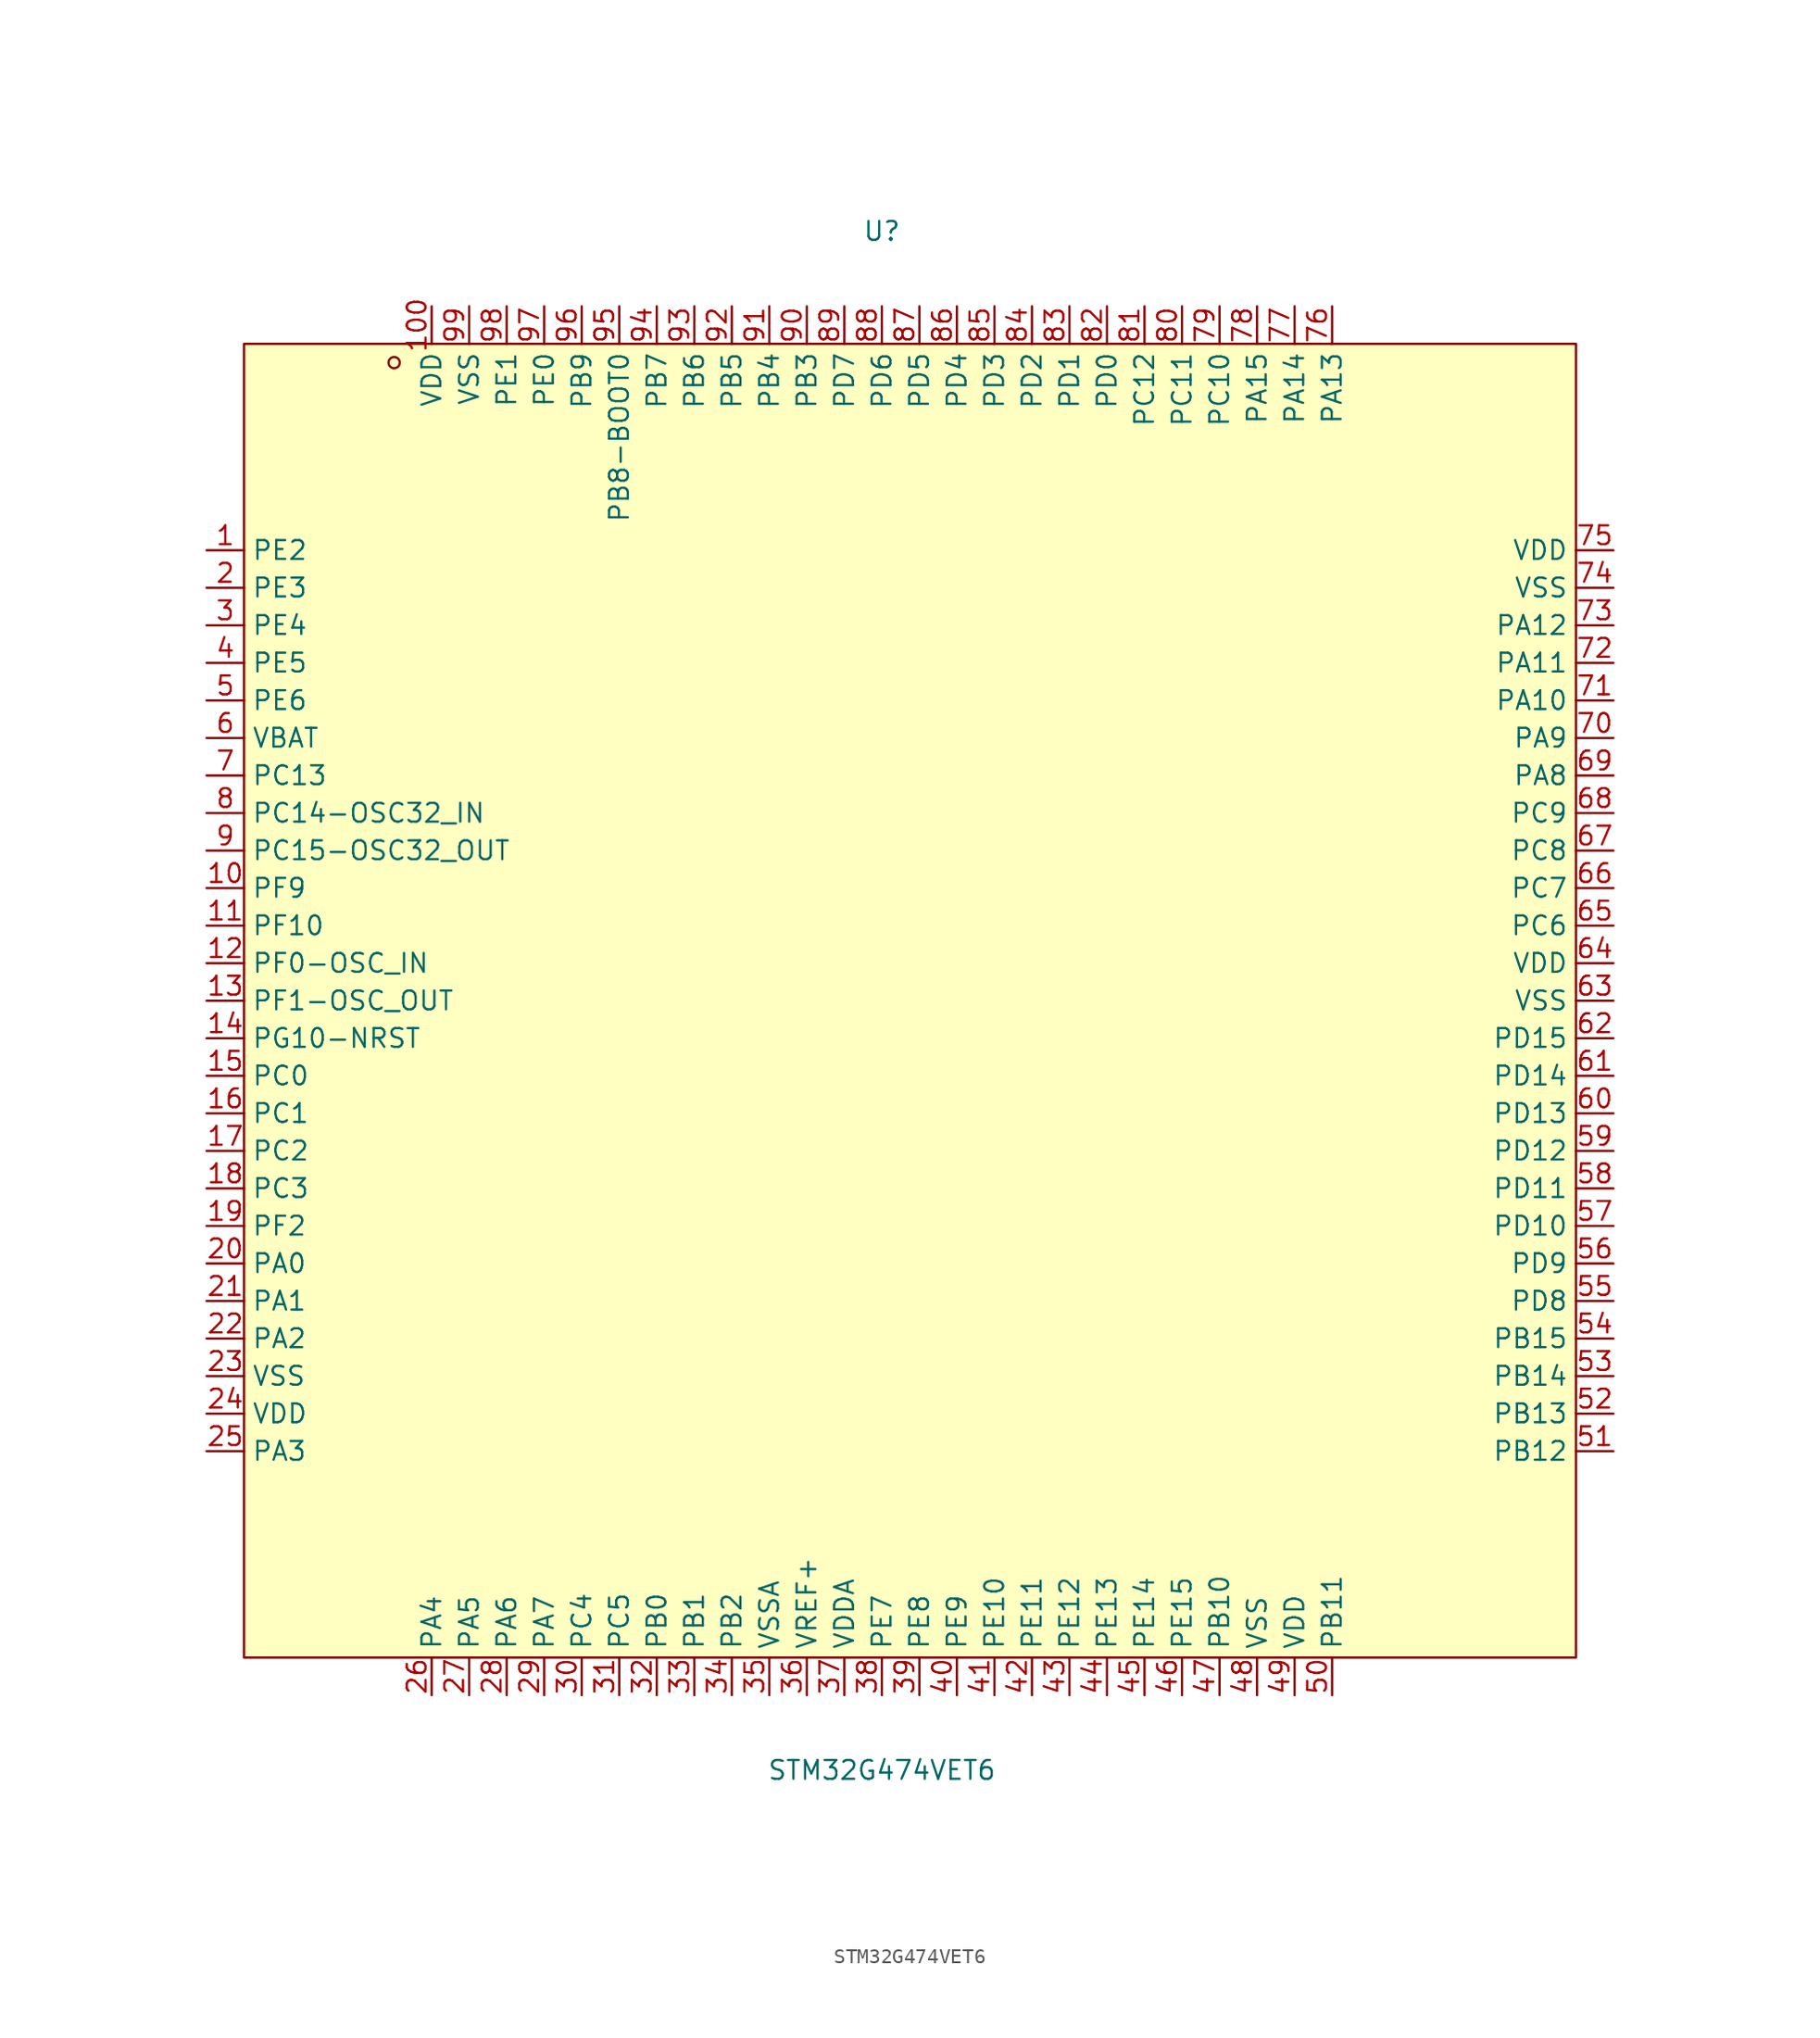
<source format=kicad_sym>
(kicad_symbol_lib
  (version 20231120)
  (generator "kicad_symbol_editor")
  (generator_version "8.0")
  (symbol "STM32G474VET6"
    (property "Reference" "U"
      (at 0 52.07 0)
      (effects (font (size 1.27 1.27))))
    (property "Value" "STM32G474VET6"
      (at 0 -52.07 0)
      (effects (font (size 1.27 1.27))))
    (symbol "STM32G474VET6_0_1"
      (rectangle (start -43.18 44.45) (end 46.99 -44.45) (stroke (width 0) (type default)) (fill (type background)))
      (circle (center -33.02 43.18) (radius 0.38) (stroke (width 0) (type default)) (fill (type none)))
      (pin unspecified line (at -45.72 30.48 0) (length 2.54) (name "PE2" (effects (font (size 1.27 1.27)))) (number "1" (effects (font (size 1.27 1.27)))))
      (pin unspecified line (at -45.72 7.62 0) (length 2.54) (name "PF9" (effects (font (size 1.27 1.27)))) (number "10" (effects (font (size 1.27 1.27)))))
      (pin unspecified line (at -30.48 46.99 270) (length 2.54) (name "VDD" (effects (font (size 1.27 1.27)))) (number "100" (effects (font (size 1.27 1.27)))))
      (pin unspecified line (at -45.72 5.08 0) (length 2.54) (name "PF10" (effects (font (size 1.27 1.27)))) (number "11" (effects (font (size 1.27 1.27)))))
      (pin unspecified line (at -45.72 2.54 0) (length 2.54) (name "PF0-OSC_IN" (effects (font (size 1.27 1.27)))) (number "12" (effects (font (size 1.27 1.27)))))
      (pin unspecified line (at -45.72 0 0) (length 2.54) (name "PF1-OSC_OUT" (effects (font (size 1.27 1.27)))) (number "13" (effects (font (size 1.27 1.27)))))
      (pin unspecified line (at -45.72 -2.54 0) (length 2.54) (name "PG10-NRST" (effects (font (size 1.27 1.27)))) (number "14" (effects (font (size 1.27 1.27)))))
      (pin unspecified line (at -45.72 -5.08 0) (length 2.54) (name "PC0" (effects (font (size 1.27 1.27)))) (number "15" (effects (font (size 1.27 1.27)))))
      (pin unspecified line (at -45.72 -7.62 0) (length 2.54) (name "PC1" (effects (font (size 1.27 1.27)))) (number "16" (effects (font (size 1.27 1.27)))))
      (pin unspecified line (at -45.72 -10.16 0) (length 2.54) (name "PC2" (effects (font (size 1.27 1.27)))) (number "17" (effects (font (size 1.27 1.27)))))
      (pin unspecified line (at -45.72 -12.7 0) (length 2.54) (name "PC3" (effects (font (size 1.27 1.27)))) (number "18" (effects (font (size 1.27 1.27)))))
      (pin unspecified line (at -45.72 -15.24 0) (length 2.54) (name "PF2" (effects (font (size 1.27 1.27)))) (number "19" (effects (font (size 1.27 1.27)))))
      (pin unspecified line (at -45.72 27.94 0) (length 2.54) (name "PE3" (effects (font (size 1.27 1.27)))) (number "2" (effects (font (size 1.27 1.27)))))
      (pin unspecified line (at -45.72 -17.78 0) (length 2.54) (name "PA0" (effects (font (size 1.27 1.27)))) (number "20" (effects (font (size 1.27 1.27)))))
      (pin unspecified line (at -45.72 -20.32 0) (length 2.54) (name "PA1" (effects (font (size 1.27 1.27)))) (number "21" (effects (font (size 1.27 1.27)))))
      (pin unspecified line (at -45.72 -22.86 0) (length 2.54) (name "PA2" (effects (font (size 1.27 1.27)))) (number "22" (effects (font (size 1.27 1.27)))))
      (pin unspecified line (at -45.72 -25.4 0) (length 2.54) (name "VSS" (effects (font (size 1.27 1.27)))) (number "23" (effects (font (size 1.27 1.27)))))
      (pin unspecified line (at -45.72 -27.94 0) (length 2.54) (name "VDD" (effects (font (size 1.27 1.27)))) (number "24" (effects (font (size 1.27 1.27)))))
      (pin unspecified line (at -45.72 -30.48 0) (length 2.54) (name "PA3" (effects (font (size 1.27 1.27)))) (number "25" (effects (font (size 1.27 1.27)))))
      (pin unspecified line (at -30.48 -46.99 90) (length 2.54) (name "PA4" (effects (font (size 1.27 1.27)))) (number "26" (effects (font (size 1.27 1.27)))))
      (pin unspecified line (at -27.94 -46.99 90) (length 2.54) (name "PA5" (effects (font (size 1.27 1.27)))) (number "27" (effects (font (size 1.27 1.27)))))
      (pin unspecified line (at -25.4 -46.99 90) (length 2.54) (name "PA6" (effects (font (size 1.27 1.27)))) (number "28" (effects (font (size 1.27 1.27)))))
      (pin unspecified line (at -22.86 -46.99 90) (length 2.54) (name "PA7" (effects (font (size 1.27 1.27)))) (number "29" (effects (font (size 1.27 1.27)))))
      (pin unspecified line (at -45.72 25.4 0) (length 2.54) (name "PE4" (effects (font (size 1.27 1.27)))) (number "3" (effects (font (size 1.27 1.27)))))
      (pin unspecified line (at -20.32 -46.99 90) (length 2.54) (name "PC4" (effects (font (size 1.27 1.27)))) (number "30" (effects (font (size 1.27 1.27)))))
      (pin unspecified line (at -17.78 -46.99 90) (length 2.54) (name "PC5" (effects (font (size 1.27 1.27)))) (number "31" (effects (font (size 1.27 1.27)))))
      (pin unspecified line (at -15.24 -46.99 90) (length 2.54) (name "PB0" (effects (font (size 1.27 1.27)))) (number "32" (effects (font (size 1.27 1.27)))))
      (pin unspecified line (at -12.7 -46.99 90) (length 2.54) (name "PB1" (effects (font (size 1.27 1.27)))) (number "33" (effects (font (size 1.27 1.27)))))
      (pin unspecified line (at -10.16 -46.99 90) (length 2.54) (name "PB2" (effects (font (size 1.27 1.27)))) (number "34" (effects (font (size 1.27 1.27)))))
      (pin unspecified line (at -7.62 -46.99 90) (length 2.54) (name "VSSA" (effects (font (size 1.27 1.27)))) (number "35" (effects (font (size 1.27 1.27)))))
      (pin unspecified line (at -5.08 -46.99 90) (length 2.54) (name "VREF+" (effects (font (size 1.27 1.27)))) (number "36" (effects (font (size 1.27 1.27)))))
      (pin unspecified line (at -2.54 -46.99 90) (length 2.54) (name "VDDA" (effects (font (size 1.27 1.27)))) (number "37" (effects (font (size 1.27 1.27)))))
      (pin unspecified line (at 0 -46.99 90) (length 2.54) (name "PE7" (effects (font (size 1.27 1.27)))) (number "38" (effects (font (size 1.27 1.27)))))
      (pin unspecified line (at 2.54 -46.99 90) (length 2.54) (name "PE8" (effects (font (size 1.27 1.27)))) (number "39" (effects (font (size 1.27 1.27)))))
      (pin unspecified line (at -45.72 22.86 0) (length 2.54) (name "PE5" (effects (font (size 1.27 1.27)))) (number "4" (effects (font (size 1.27 1.27)))))
      (pin unspecified line (at 5.08 -46.99 90) (length 2.54) (name "PE9" (effects (font (size 1.27 1.27)))) (number "40" (effects (font (size 1.27 1.27)))))
      (pin unspecified line (at 7.62 -46.99 90) (length 2.54) (name "PE10" (effects (font (size 1.27 1.27)))) (number "41" (effects (font (size 1.27 1.27)))))
      (pin unspecified line (at 10.16 -46.99 90) (length 2.54) (name "PE11" (effects (font (size 1.27 1.27)))) (number "42" (effects (font (size 1.27 1.27)))))
      (pin unspecified line (at 12.7 -46.99 90) (length 2.54) (name "PE12" (effects (font (size 1.27 1.27)))) (number "43" (effects (font (size 1.27 1.27)))))
      (pin unspecified line (at 15.24 -46.99 90) (length 2.54) (name "PE13" (effects (font (size 1.27 1.27)))) (number "44" (effects (font (size 1.27 1.27)))))
      (pin unspecified line (at 17.78 -46.99 90) (length 2.54) (name "PE14" (effects (font (size 1.27 1.27)))) (number "45" (effects (font (size 1.27 1.27)))))
      (pin unspecified line (at 20.32 -46.99 90) (length 2.54) (name "PE15" (effects (font (size 1.27 1.27)))) (number "46" (effects (font (size 1.27 1.27)))))
      (pin unspecified line (at 22.86 -46.99 90) (length 2.54) (name "PB10" (effects (font (size 1.27 1.27)))) (number "47" (effects (font (size 1.27 1.27)))))
      (pin unspecified line (at 25.4 -46.99 90) (length 2.54) (name "VSS" (effects (font (size 1.27 1.27)))) (number "48" (effects (font (size 1.27 1.27)))))
      (pin unspecified line (at 27.94 -46.99 90) (length 2.54) (name "VDD" (effects (font (size 1.27 1.27)))) (number "49" (effects (font (size 1.27 1.27)))))
      (pin unspecified line (at -45.72 20.32 0) (length 2.54) (name "PE6" (effects (font (size 1.27 1.27)))) (number "5" (effects (font (size 1.27 1.27)))))
      (pin unspecified line (at 30.48 -46.99 90) (length 2.54) (name "PB11" (effects (font (size 1.27 1.27)))) (number "50" (effects (font (size 1.27 1.27)))))
      (pin unspecified line (at 49.53 -30.48 180) (length 2.54) (name "PB12" (effects (font (size 1.27 1.27)))) (number "51" (effects (font (size 1.27 1.27)))))
      (pin unspecified line (at 49.53 -27.94 180) (length 2.54) (name "PB13" (effects (font (size 1.27 1.27)))) (number "52" (effects (font (size 1.27 1.27)))))
      (pin unspecified line (at 49.53 -25.4 180) (length 2.54) (name "PB14" (effects (font (size 1.27 1.27)))) (number "53" (effects (font (size 1.27 1.27)))))
      (pin unspecified line (at 49.53 -22.86 180) (length 2.54) (name "PB15" (effects (font (size 1.27 1.27)))) (number "54" (effects (font (size 1.27 1.27)))))
      (pin unspecified line (at 49.53 -20.32 180) (length 2.54) (name "PD8" (effects (font (size 1.27 1.27)))) (number "55" (effects (font (size 1.27 1.27)))))
      (pin unspecified line (at 49.53 -17.78 180) (length 2.54) (name "PD9" (effects (font (size 1.27 1.27)))) (number "56" (effects (font (size 1.27 1.27)))))
      (pin unspecified line (at 49.53 -15.24 180) (length 2.54) (name "PD10" (effects (font (size 1.27 1.27)))) (number "57" (effects (font (size 1.27 1.27)))))
      (pin unspecified line (at 49.53 -12.7 180) (length 2.54) (name "PD11" (effects (font (size 1.27 1.27)))) (number "58" (effects (font (size 1.27 1.27)))))
      (pin unspecified line (at 49.53 -10.16 180) (length 2.54) (name "PD12" (effects (font (size 1.27 1.27)))) (number "59" (effects (font (size 1.27 1.27)))))
      (pin unspecified line (at -45.72 17.78 0) (length 2.54) (name "VBAT" (effects (font (size 1.27 1.27)))) (number "6" (effects (font (size 1.27 1.27)))))
      (pin unspecified line (at 49.53 -7.62 180) (length 2.54) (name "PD13" (effects (font (size 1.27 1.27)))) (number "60" (effects (font (size 1.27 1.27)))))
      (pin unspecified line (at 49.53 -5.08 180) (length 2.54) (name "PD14" (effects (font (size 1.27 1.27)))) (number "61" (effects (font (size 1.27 1.27)))))
      (pin unspecified line (at 49.53 -2.54 180) (length 2.54) (name "PD15" (effects (font (size 1.27 1.27)))) (number "62" (effects (font (size 1.27 1.27)))))
      (pin unspecified line (at 49.53 0 180) (length 2.54) (name "VSS" (effects (font (size 1.27 1.27)))) (number "63" (effects (font (size 1.27 1.27)))))
      (pin unspecified line (at 49.53 2.54 180) (length 2.54) (name "VDD" (effects (font (size 1.27 1.27)))) (number "64" (effects (font (size 1.27 1.27)))))
      (pin unspecified line (at 49.53 5.08 180) (length 2.54) (name "PC6" (effects (font (size 1.27 1.27)))) (number "65" (effects (font (size 1.27 1.27)))))
      (pin unspecified line (at 49.53 7.62 180) (length 2.54) (name "PC7" (effects (font (size 1.27 1.27)))) (number "66" (effects (font (size 1.27 1.27)))))
      (pin unspecified line (at 49.53 10.16 180) (length 2.54) (name "PC8" (effects (font (size 1.27 1.27)))) (number "67" (effects (font (size 1.27 1.27)))))
      (pin unspecified line (at 49.53 12.7 180) (length 2.54) (name "PC9" (effects (font (size 1.27 1.27)))) (number "68" (effects (font (size 1.27 1.27)))))
      (pin unspecified line (at 49.53 15.24 180) (length 2.54) (name "PA8" (effects (font (size 1.27 1.27)))) (number "69" (effects (font (size 1.27 1.27)))))
      (pin unspecified line (at -45.72 15.24 0) (length 2.54) (name "PC13" (effects (font (size 1.27 1.27)))) (number "7" (effects (font (size 1.27 1.27)))))
      (pin unspecified line (at 49.53 17.78 180) (length 2.54) (name "PA9" (effects (font (size 1.27 1.27)))) (number "70" (effects (font (size 1.27 1.27)))))
      (pin unspecified line (at 49.53 20.32 180) (length 2.54) (name "PA10" (effects (font (size 1.27 1.27)))) (number "71" (effects (font (size 1.27 1.27)))))
      (pin unspecified line (at 49.53 22.86 180) (length 2.54) (name "PA11" (effects (font (size 1.27 1.27)))) (number "72" (effects (font (size 1.27 1.27)))))
      (pin unspecified line (at 49.53 25.4 180) (length 2.54) (name "PA12" (effects (font (size 1.27 1.27)))) (number "73" (effects (font (size 1.27 1.27)))))
      (pin unspecified line (at 49.53 27.94 180) (length 2.54) (name "VSS" (effects (font (size 1.27 1.27)))) (number "74" (effects (font (size 1.27 1.27)))))
      (pin unspecified line (at 49.53 30.48 180) (length 2.54) (name "VDD" (effects (font (size 1.27 1.27)))) (number "75" (effects (font (size 1.27 1.27)))))
      (pin unspecified line (at 30.48 46.99 270) (length 2.54) (name "PA13" (effects (font (size 1.27 1.27)))) (number "76" (effects (font (size 1.27 1.27)))))
      (pin unspecified line (at 27.94 46.99 270) (length 2.54) (name "PA14" (effects (font (size 1.27 1.27)))) (number "77" (effects (font (size 1.27 1.27)))))
      (pin unspecified line (at 25.4 46.99 270) (length 2.54) (name "PA15" (effects (font (size 1.27 1.27)))) (number "78" (effects (font (size 1.27 1.27)))))
      (pin unspecified line (at 22.86 46.99 270) (length 2.54) (name "PC10" (effects (font (size 1.27 1.27)))) (number "79" (effects (font (size 1.27 1.27)))))
      (pin unspecified line (at -45.72 12.7 0) (length 2.54) (name "PC14-OSC32_IN" (effects (font (size 1.27 1.27)))) (number "8" (effects (font (size 1.27 1.27)))))
      (pin unspecified line (at 20.32 46.99 270) (length 2.54) (name "PC11" (effects (font (size 1.27 1.27)))) (number "80" (effects (font (size 1.27 1.27)))))
      (pin unspecified line (at 17.78 46.99 270) (length 2.54) (name "PC12" (effects (font (size 1.27 1.27)))) (number "81" (effects (font (size 1.27 1.27)))))
      (pin unspecified line (at 15.24 46.99 270) (length 2.54) (name "PD0" (effects (font (size 1.27 1.27)))) (number "82" (effects (font (size 1.27 1.27)))))
      (pin unspecified line (at 12.7 46.99 270) (length 2.54) (name "PD1" (effects (font (size 1.27 1.27)))) (number "83" (effects (font (size 1.27 1.27)))))
      (pin unspecified line (at 10.16 46.99 270) (length 2.54) (name "PD2" (effects (font (size 1.27 1.27)))) (number "84" (effects (font (size 1.27 1.27)))))
      (pin unspecified line (at 7.62 46.99 270) (length 2.54) (name "PD3" (effects (font (size 1.27 1.27)))) (number "85" (effects (font (size 1.27 1.27)))))
      (pin unspecified line (at 5.08 46.99 270) (length 2.54) (name "PD4" (effects (font (size 1.27 1.27)))) (number "86" (effects (font (size 1.27 1.27)))))
      (pin unspecified line (at 2.54 46.99 270) (length 2.54) (name "PD5" (effects (font (size 1.27 1.27)))) (number "87" (effects (font (size 1.27 1.27)))))
      (pin unspecified line (at 0 46.99 270) (length 2.54) (name "PD6" (effects (font (size 1.27 1.27)))) (number "88" (effects (font (size 1.27 1.27)))))
      (pin unspecified line (at -2.54 46.99 270) (length 2.54) (name "PD7" (effects (font (size 1.27 1.27)))) (number "89" (effects (font (size 1.27 1.27)))))
      (pin unspecified line (at -45.72 10.16 0) (length 2.54) (name "PC15-OSC32_OUT" (effects (font (size 1.27 1.27)))) (number "9" (effects (font (size 1.27 1.27)))))
      (pin unspecified line (at -5.08 46.99 270) (length 2.54) (name "PB3" (effects (font (size 1.27 1.27)))) (number "90" (effects (font (size 1.27 1.27)))))
      (pin unspecified line (at -7.62 46.99 270) (length 2.54) (name "PB4" (effects (font (size 1.27 1.27)))) (number "91" (effects (font (size 1.27 1.27)))))
      (pin unspecified line (at -10.16 46.99 270) (length 2.54) (name "PB5" (effects (font (size 1.27 1.27)))) (number "92" (effects (font (size 1.27 1.27)))))
      (pin unspecified line (at -12.7 46.99 270) (length 2.54) (name "PB6" (effects (font (size 1.27 1.27)))) (number "93" (effects (font (size 1.27 1.27)))))
      (pin unspecified line (at -15.24 46.99 270) (length 2.54) (name "PB7" (effects (font (size 1.27 1.27)))) (number "94" (effects (font (size 1.27 1.27)))))
      (pin unspecified line (at -17.78 46.99 270) (length 2.54) (name "PB8-BOOT0" (effects (font (size 1.27 1.27)))) (number "95" (effects (font (size 1.27 1.27)))))
      (pin unspecified line (at -20.32 46.99 270) (length 2.54) (name "PB9" (effects (font (size 1.27 1.27)))) (number "96" (effects (font (size 1.27 1.27)))))
      (pin unspecified line (at -22.86 46.99 270) (length 2.54) (name "PE0" (effects (font (size 1.27 1.27)))) (number "97" (effects (font (size 1.27 1.27)))))
      (pin unspecified line (at -25.4 46.99 270) (length 2.54) (name "PE1" (effects (font (size 1.27 1.27)))) (number "98" (effects (font (size 1.27 1.27)))))
      (pin unspecified line (at -27.94 46.99 270) (length 2.54) (name "VSS" (effects (font (size 1.27 1.27)))) (number "99" (effects (font (size 1.27 1.27))))))))
</source>
